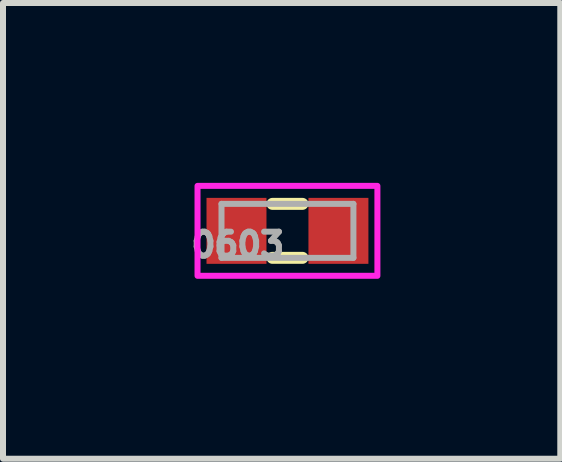
<source format=kicad_pcb>
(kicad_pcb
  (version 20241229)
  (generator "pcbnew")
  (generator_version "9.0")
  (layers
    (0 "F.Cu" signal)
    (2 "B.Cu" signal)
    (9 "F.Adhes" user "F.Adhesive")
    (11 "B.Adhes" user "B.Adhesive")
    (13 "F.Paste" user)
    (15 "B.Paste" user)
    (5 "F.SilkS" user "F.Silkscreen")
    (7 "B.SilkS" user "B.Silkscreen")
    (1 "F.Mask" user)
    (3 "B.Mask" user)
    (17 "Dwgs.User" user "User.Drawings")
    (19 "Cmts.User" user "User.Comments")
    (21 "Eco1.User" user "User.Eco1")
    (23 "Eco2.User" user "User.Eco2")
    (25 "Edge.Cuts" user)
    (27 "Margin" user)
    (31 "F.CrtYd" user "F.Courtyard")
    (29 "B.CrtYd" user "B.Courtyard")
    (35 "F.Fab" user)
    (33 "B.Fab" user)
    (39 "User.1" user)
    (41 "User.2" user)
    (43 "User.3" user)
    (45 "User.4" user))
  (footprint "0603"
    (layer "F.Cu")
    (at 1.744 0.8)
    (property "Reference" "0603" (at 0 0 0) (layer "F.Fab") (effects (font (size 0.4 0.4) (thickness 0.1)) (justify right top)))
    (fp_line (start -0.25 -0.45) (end 0.25 -0.45) (stroke (width 0.2) (type solid)) (layer "F.SilkS"))
    (fp_line (start -0.25 0.45) (end 0.25 0.45) (stroke (width 0.2) (type solid)) (layer "F.SilkS"))
    (fp_poly (pts (xy -1.5 0.75) (xy 1.5 0.75) (xy 1.5 -0.75) (xy -1.5 -0.75)) (stroke (width 0.1) (type solid)) (fill no) (layer "F.CrtYd"))
    (fp_line (start -1.1 -0.45) (end 1.1 -0.45) (stroke (width 0.1) (type solid)) (layer "F.Fab"))
    (fp_line (start -1.1 0.45) (end -1.1 -0.45) (stroke (width 0.1) (type solid)) (layer "F.Fab"))
    (fp_line (start 1.1 -0.45) (end 1.1 0.45) (stroke (width 0.1) (type solid)) (layer "F.Fab"))
    (fp_line (start 1.1 0.45) (end -1.1 0.45) (stroke (width 0.1) (type solid)) (layer "F.Fab"))
    (pad "1" smd rect (at -0.85 0) (size 1 1.1) (layers "F.Cu" "F.Mask" "F.Paste"))
    (pad "2" smd rect (at 0.85 0) (size 1 1.1) (layers "F.Cu" "F.Mask" "F.Paste")))
  (gr_rect
    (start -3 -3)
    (end 6.294 4.6)
    (stroke (width 0.1) (type default))
    (fill no)
    (layer "Edge.Cuts")))
</source>
